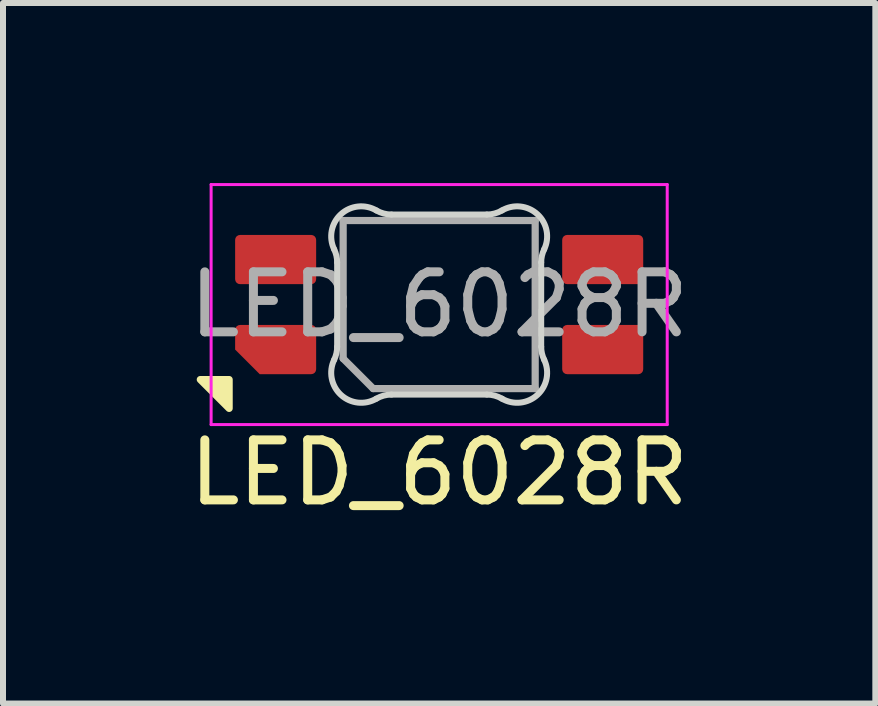
<source format=kicad_pcb>
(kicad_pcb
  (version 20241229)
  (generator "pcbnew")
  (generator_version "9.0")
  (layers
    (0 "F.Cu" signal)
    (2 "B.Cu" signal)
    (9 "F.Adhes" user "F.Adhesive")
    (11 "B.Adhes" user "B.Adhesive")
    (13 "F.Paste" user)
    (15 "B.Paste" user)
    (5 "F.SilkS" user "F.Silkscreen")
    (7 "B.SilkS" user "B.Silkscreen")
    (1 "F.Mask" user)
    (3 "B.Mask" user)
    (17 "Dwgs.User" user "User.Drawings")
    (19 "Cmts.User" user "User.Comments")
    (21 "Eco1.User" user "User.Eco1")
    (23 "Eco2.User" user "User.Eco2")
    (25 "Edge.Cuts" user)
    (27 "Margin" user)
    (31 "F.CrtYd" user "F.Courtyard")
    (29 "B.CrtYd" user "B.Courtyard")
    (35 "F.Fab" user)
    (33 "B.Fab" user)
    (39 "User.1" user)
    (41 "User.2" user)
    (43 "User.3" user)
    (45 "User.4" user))
  (footprint "LED_6028R"
    (layer "F.Cu")
    (at 4.268 2.025)
    (property "Reference" "LED_6028R" (at 0 2.8 0) (layer "F.SilkS") (effects (font (size 1 1) (thickness 0.15))))
    (attr smd)
    (fp_poly (pts (xy -3.5 1.25) (xy -3.5 1.73) (xy -3.98 1.25) (xy -3.5 1.25)) (stroke (width 0.12) (type solid)) (fill yes) (layer "F.SilkS"))
    (fp_line (start -1.7 -0.703) (end -1.7 0.703) (stroke (width 0.1) (type solid)) (layer "Edge.Cuts"))
    (fp_line (start -0.794 1.5) (end 0.794 1.5) (stroke (width 0.1) (type solid)) (layer "Edge.Cuts"))
    (fp_line (start 0.794 -1.5) (end -0.794 -1.5) (stroke (width 0.1) (type solid)) (layer "Edge.Cuts"))
    (fp_line (start 1.7 0.703) (end 1.7 -0.703) (stroke (width 0.1) (type solid)) (layer "Edge.Cuts"))
    (fp_arc (start -1.749484 -0.919721) (mid -1.712527 -0.814069) (end -1.699999 -0.702844) (stroke (width 0.1) (type solid)) (layer "Edge.Cuts"))
    (fp_arc (start -1.749484 -0.919721) (mid -1.638071 -1.504036) (end -1.046711 -1.568299) (stroke (width 0.1) (type solid)) (layer "Edge.Cuts"))
    (fp_arc (start -1.699999 0.702841) (mid -1.712527 0.814067) (end -1.749484 0.919719) (stroke (width 0.1) (type solid)) (layer "Edge.Cuts"))
    (fp_arc (start -1.046711 1.568298) (mid -1.638072 1.504034) (end -1.749484 0.919718) (stroke (width 0.1) (type solid)) (layer "Edge.Cuts"))
    (fp_arc (start -1.046711 1.568298) (mid -0.925123 1.517376) (end -0.794452 1.499999) (stroke (width 0.1) (type solid)) (layer "Edge.Cuts"))
    (fp_arc (start -0.794453 -1.5) (mid -0.925123 -1.517377) (end -1.046711 -1.568299) (stroke (width 0.1) (type solid)) (layer "Edge.Cuts"))
    (fp_arc (start 0.794452 1.499999) (mid 0.925122 1.517376) (end 1.04671 1.568298) (stroke (width 0.1) (type solid)) (layer "Edge.Cuts"))
    (fp_arc (start 1.046711 -1.5683) (mid 0.925123 -1.517378) (end 0.794453 -1.500001) (stroke (width 0.1) (type solid)) (layer "Edge.Cuts"))
    (fp_arc (start 1.046711 -1.5683) (mid 1.638071 -1.504036) (end 1.749484 -0.919721) (stroke (width 0.1) (type solid)) (layer "Edge.Cuts"))
    (fp_arc (start 1.699999 -0.702843) (mid 1.712527 -0.814069) (end 1.749484 -0.919721) (stroke (width 0.1) (type solid)) (layer "Edge.Cuts"))
    (fp_arc (start 1.749484 0.919719) (mid 1.63807 1.504033) (end 1.046711 1.568296) (stroke (width 0.1) (type solid)) (layer "Edge.Cuts"))
    (fp_arc (start 1.749484 0.919719) (mid 1.712527 0.814067) (end 1.699999 0.702842) (stroke (width 0.1) (type solid)) (layer "Edge.Cuts"))
    (fp_line (start -3.8 -2) (end 3.8 -2) (stroke (width 0.05) (type solid)) (layer "F.CrtYd"))
    (fp_line (start -3.8 2) (end -3.8 -2) (stroke (width 0.05) (type solid)) (layer "F.CrtYd"))
    (fp_line (start 3.8 -2) (end 3.8 2) (stroke (width 0.05) (type solid)) (layer "F.CrtYd"))
    (fp_line (start 3.8 2) (end -3.8 2) (stroke (width 0.05) (type solid)) (layer "F.CrtYd"))
    (fp_line (start -1.6 -1.4) (end 1.6 -1.4) (stroke (width 0.12) (type solid)) (layer "F.Fab"))
    (fp_line (start -1.6 0.9) (end -1.6 -1.4) (stroke (width 0.12) (type solid)) (layer "F.Fab"))
    (fp_line (start -1.6 0.9) (end -1.1 1.4) (stroke (width 0.12) (type solid)) (layer "F.Fab"))
    (fp_line (start 1.6 -1.4) (end 1.6 1.4) (stroke (width 0.12) (type solid)) (layer "F.Fab"))
    (fp_line (start 1.6 1.4) (end -1.1 1.4) (stroke (width 0.12) (type solid)) (layer "F.Fab"))
    (fp_text user "${REFERENCE}" (at 0 0 0) (layer "F.Fab") (effects (font (size 1 1) (thickness 0.15))))
    (pad "1" smd roundrect (at 2.725 -0.75 90) (size 0.82 1.35) (layers "F.Cu" "F.Mask" "F.Paste") (roundrect_rratio 0.1))
    (pad "2" smd roundrect (at 2.725 0.75 90) (size 0.82 1.35) (layers "F.Cu" "F.Mask" "F.Paste") (roundrect_rratio 0.1))
    (pad "3" smd roundrect (at -2.725 -0.75 90) (size 0.82 1.35) (layers "F.Cu" "F.Mask" "F.Paste") (roundrect_rratio 0.1))
    (pad "4" smd roundrect (at -2.725 0.75 90) (size 0.82 1.35) (layers "F.Cu" "F.Mask" "F.Paste") (roundrect_rratio 0.1) (chamfer_ratio 0.5) (chamfer top_left)))
  (gr_rect
    (start -3 -3)
    (end 11.536 8.673)
    (stroke (width 0.1) (type default))
    (fill no)
    (layer "Edge.Cuts")))
</source>
